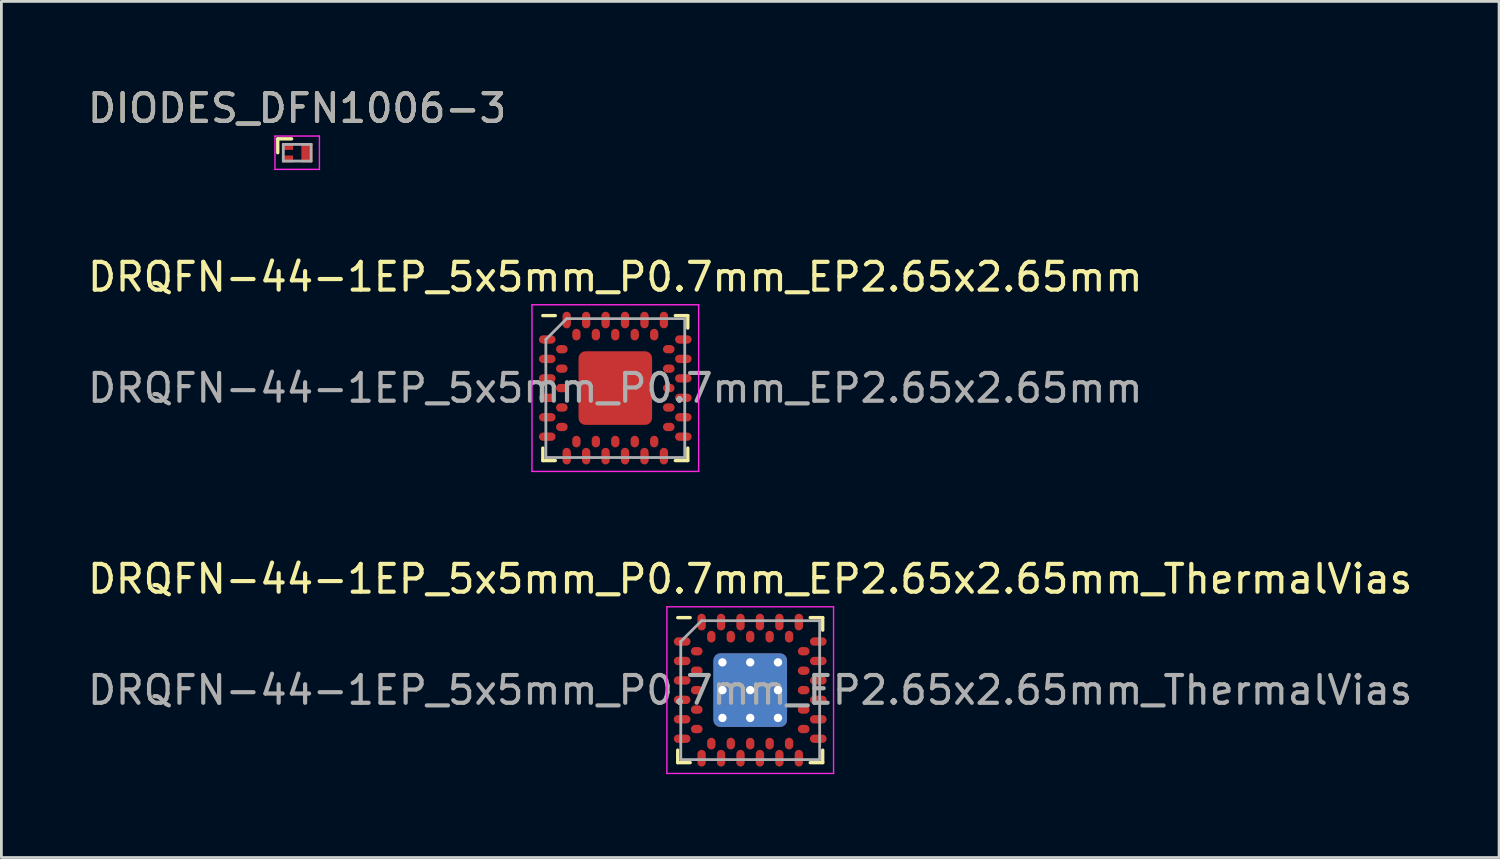
<source format=kicad_pcb>
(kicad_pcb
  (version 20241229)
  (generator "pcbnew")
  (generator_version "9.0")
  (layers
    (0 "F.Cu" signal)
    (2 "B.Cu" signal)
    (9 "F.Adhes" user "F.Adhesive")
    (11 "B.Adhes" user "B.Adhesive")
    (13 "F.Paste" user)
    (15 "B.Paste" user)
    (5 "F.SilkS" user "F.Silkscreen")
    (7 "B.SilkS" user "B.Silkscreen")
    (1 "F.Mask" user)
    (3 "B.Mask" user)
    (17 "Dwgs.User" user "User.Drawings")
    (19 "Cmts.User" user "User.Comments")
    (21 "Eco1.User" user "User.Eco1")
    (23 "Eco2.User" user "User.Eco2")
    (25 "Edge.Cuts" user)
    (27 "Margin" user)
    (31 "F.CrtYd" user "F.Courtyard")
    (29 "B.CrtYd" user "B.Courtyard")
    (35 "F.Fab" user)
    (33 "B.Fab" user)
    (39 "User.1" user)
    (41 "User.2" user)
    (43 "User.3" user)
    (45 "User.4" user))
  (footprint "DRQFN-44-1EP_5x5mm_P0.7mm_EP2.65x2.65mm_ThermalVias"
    (layer "F.Cu")
    (at 23.958 21.795)
    (property "Reference" "DRQFN-44-1EP_5x5mm_P0.7mm_EP2.65x2.65mm_ThermalVias" (at 0 -4 0) (layer "F.SilkS") (effects (font (size 1 1) (thickness 0.15))))
    (attr smd)
    (fp_line (start -2.61 2.61) (end -2.61 2.16) (stroke (width 0.12) (type solid)) (layer "F.SilkS"))
    (fp_line (start -2.16 -2.61) (end -2.61 -2.61) (stroke (width 0.12) (type solid)) (layer "F.SilkS"))
    (fp_line (start -2.16 2.61) (end -2.61 2.61) (stroke (width 0.12) (type solid)) (layer "F.SilkS"))
    (fp_line (start 2.16 -2.61) (end 2.61 -2.61) (stroke (width 0.12) (type solid)) (layer "F.SilkS"))
    (fp_line (start 2.61 -2.61) (end 2.61 -2.16) (stroke (width 0.12) (type solid)) (layer "F.SilkS"))
    (fp_line (start 2.61 2.16) (end 2.61 2.61) (stroke (width 0.12) (type solid)) (layer "F.SilkS"))
    (fp_line (start 2.61 2.61) (end 2.16 2.61) (stroke (width 0.12) (type solid)) (layer "F.SilkS"))
    (fp_line (start -3 -3) (end 3 -3) (stroke (width 0.05) (type solid)) (layer "F.CrtYd"))
    (fp_line (start -3 3) (end -3 -3) (stroke (width 0.05) (type solid)) (layer "F.CrtYd"))
    (fp_line (start 3 -3) (end 3 3) (stroke (width 0.05) (type solid)) (layer "F.CrtYd"))
    (fp_line (start 3 3) (end -3 3) (stroke (width 0.05) (type solid)) (layer "F.CrtYd"))
    (fp_line (start -2.5 -1.75) (end -1.75 -2.5) (stroke (width 0.1) (type solid)) (layer "F.Fab"))
    (fp_line (start -2.5 2.5) (end -2.5 -1.75) (stroke (width 0.1) (type solid)) (layer "F.Fab"))
    (fp_line (start -1.75 -2.5) (end 2.5 -2.5) (stroke (width 0.1) (type solid)) (layer "F.Fab"))
    (fp_line (start 2.5 -2.5) (end 2.5 2.5) (stroke (width 0.1) (type solid)) (layer "F.Fab"))
    (fp_line (start 2.5 2.5) (end -2.5 2.5) (stroke (width 0.1) (type solid)) (layer "F.Fab"))
    (fp_text user "${REFERENCE}" (at 0 0 0) (layer "F.Fab") (effects (font (size 1 1) (thickness 0.15))))
    (pad "" smd roundrect (at -0.5 -0.5) (size 0.85 0.85) (layers "F.Paste") (roundrect_rratio 0.25))
    (pad "" smd roundrect (at -0.5 0.5) (size 0.85 0.85) (layers "F.Paste") (roundrect_rratio 0.25))
    (pad "" smd roundrect (at 0.5 -0.5) (size 0.85 0.85) (layers "F.Paste") (roundrect_rratio 0.25))
    (pad "" smd roundrect (at 0.5 0.5) (size 0.85 0.85) (layers "F.Paste") (roundrect_rratio 0.25))
    (pad "A1" smd oval (at -2.45 -1.75) (size 0.6 0.3) (layers "F.Cu" "F.Mask" "F.Paste"))
    (pad "A2" smd oval (at -2.45 -1.05) (size 0.6 0.3) (layers "F.Cu" "F.Mask" "F.Paste"))
    (pad "A3" smd oval (at -2.45 -0.35) (size 0.6 0.3) (layers "F.Cu" "F.Mask" "F.Paste"))
    (pad "A4" smd oval (at -2.45 0.35) (size 0.6 0.3) (layers "F.Cu" "F.Mask" "F.Paste"))
    (pad "A5" smd oval (at -2.45 1.05) (size 0.6 0.3) (layers "F.Cu" "F.Mask" "F.Paste"))
    (pad "A6" smd oval (at -2.45 1.75) (size 0.6 0.3) (layers "F.Cu" "F.Mask" "F.Paste"))
    (pad "A7" smd oval (at -1.75 2.45) (size 0.3 0.6) (layers "F.Cu" "F.Mask" "F.Paste"))
    (pad "A8" smd oval (at -1.05 2.45) (size 0.3 0.6) (layers "F.Cu" "F.Mask" "F.Paste"))
    (pad "A9" smd oval (at -0.35 2.45) (size 0.3 0.6) (layers "F.Cu" "F.Mask" "F.Paste"))
    (pad "A10" smd oval (at 0.35 2.45) (size 0.3 0.6) (layers "F.Cu" "F.Mask" "F.Paste"))
    (pad "A11" smd oval (at 1.05 2.45) (size 0.3 0.6) (layers "F.Cu" "F.Mask" "F.Paste"))
    (pad "A12" smd oval (at 1.75 2.45) (size 0.3 0.6) (layers "F.Cu" "F.Mask" "F.Paste"))
    (pad "A13" smd oval (at 2.45 1.75) (size 0.6 0.3) (layers "F.Cu" "F.Mask" "F.Paste"))
    (pad "A14" smd oval (at 2.45 1.05) (size 0.6 0.3) (layers "F.Cu" "F.Mask" "F.Paste"))
    (pad "A15" smd oval (at 2.45 0.35) (size 0.6 0.3) (layers "F.Cu" "F.Mask" "F.Paste"))
    (pad "A16" smd oval (at 2.45 -0.35) (size 0.6 0.3) (layers "F.Cu" "F.Mask" "F.Paste"))
    (pad "A17" smd oval (at 2.45 -1.05) (size 0.6 0.3) (layers "F.Cu" "F.Mask" "F.Paste"))
    (pad "A18" smd oval (at 2.45 -1.75) (size 0.6 0.3) (layers "F.Cu" "F.Mask" "F.Paste"))
    (pad "A19" smd oval (at 1.75 -2.45) (size 0.3 0.6) (layers "F.Cu" "F.Mask" "F.Paste"))
    (pad "A20" smd oval (at 1.05 -2.45) (size 0.3 0.6) (layers "F.Cu" "F.Mask" "F.Paste"))
    (pad "A21" smd oval (at 0.35 -2.45) (size 0.3 0.6) (layers "F.Cu" "F.Mask" "F.Paste"))
    (pad "A22" smd oval (at -0.35 -2.45) (size 0.3 0.6) (layers "F.Cu" "F.Mask" "F.Paste"))
    (pad "A23" smd oval (at -1.05 -2.45) (size 0.3 0.6) (layers "F.Cu" "F.Mask" "F.Paste"))
    (pad "A24" smd oval (at -1.75 -2.45) (size 0.3 0.6) (layers "F.Cu" "F.Mask" "F.Paste"))
    (pad "B1" smd oval (at -1.925 -1.4) (size 0.42 0.3) (layers "F.Cu" "F.Mask" "F.Paste"))
    (pad "B2" smd oval (at -1.925 -0.7) (size 0.42 0.3) (layers "F.Cu" "F.Mask" "F.Paste"))
    (pad "B3" smd oval (at -1.925 0) (size 0.42 0.3) (layers "F.Cu" "F.Mask" "F.Paste"))
    (pad "B4" smd oval (at -1.925 0.7) (size 0.42 0.3) (layers "F.Cu" "F.Mask" "F.Paste"))
    (pad "B5" smd oval (at -1.925 1.4) (size 0.42 0.3) (layers "F.Cu" "F.Mask" "F.Paste"))
    (pad "B6" smd oval (at -1.4 1.925) (size 0.3 0.42) (layers "F.Cu" "F.Mask" "F.Paste"))
    (pad "B7" smd oval (at -0.7 1.925) (size 0.3 0.42) (layers "F.Cu" "F.Mask" "F.Paste"))
    (pad "B8" smd oval (at 0 1.925) (size 0.3 0.42) (layers "F.Cu" "F.Mask" "F.Paste"))
    (pad "B9" smd oval (at 0.7 1.925) (size 0.3 0.42) (layers "F.Cu" "F.Mask" "F.Paste"))
    (pad "B10" smd oval (at 1.4 1.925) (size 0.3 0.42) (layers "F.Cu" "F.Mask" "F.Paste"))
    (pad "B11" smd oval (at 1.925 1.4) (size 0.42 0.3) (layers "F.Cu" "F.Mask" "F.Paste"))
    (pad "B12" smd oval (at 1.925 0.7) (size 0.42 0.3) (layers "F.Cu" "F.Mask" "F.Paste"))
    (pad "B13" smd oval (at 1.925 0) (size 0.42 0.3) (layers "F.Cu" "F.Mask" "F.Paste"))
    (pad "B14" smd oval (at 1.925 -0.7) (size 0.42 0.3) (layers "F.Cu" "F.Mask" "F.Paste"))
    (pad "B15" smd oval (at 1.925 -1.4) (size 0.42 0.3) (layers "F.Cu" "F.Mask" "F.Paste"))
    (pad "B16" smd oval (at 1.4 -1.925) (size 0.3 0.42) (layers "F.Cu" "F.Mask" "F.Paste"))
    (pad "B17" smd oval (at 0.7 -1.925) (size 0.3 0.42) (layers "F.Cu" "F.Mask" "F.Paste"))
    (pad "B18" smd oval (at 0 -1.925) (size 0.3 0.42) (layers "F.Cu" "F.Mask" "F.Paste"))
    (pad "B19" smd oval (at -0.7 -1.925) (size 0.3 0.42) (layers "F.Cu" "F.Mask" "F.Paste"))
    (pad "B20" smd oval (at -1.4 -1.925) (size 0.3 0.42) (layers "F.Cu" "F.Mask" "F.Paste"))
    (pad "EP" thru_hole circle (at -1 -1) (size 0.6 0.6) (drill 0.3) (layers "*.Cu"))
    (pad "EP" thru_hole circle (at -1 0) (size 0.6 0.6) (drill 0.3) (layers "*.Cu"))
    (pad "EP" thru_hole circle (at -1 1) (size 0.6 0.6) (drill 0.3) (layers "*.Cu"))
    (pad "EP" thru_hole circle (at 0 -1) (size 0.6 0.6) (drill 0.3) (layers "*.Cu"))
    (pad "EP" thru_hole circle (at 0 0) (size 0.6 0.6) (drill 0.3) (layers "*.Cu"))
    (pad "EP" smd roundrect (at 0 0) (size 2.65 2.65) (layers "F.Cu" "F.Mask") (roundrect_rratio 0.094))
    (pad "EP" smd roundrect (at 0 0) (size 2.65 2.65) (layers "B.Cu") (roundrect_rratio 0.094))
    (pad "EP" thru_hole circle (at 0 1) (size 0.6 0.6) (drill 0.3) (layers "*.Cu"))
    (pad "EP" thru_hole circle (at 1 -1) (size 0.6 0.6) (drill 0.3) (layers "*.Cu"))
    (pad "EP" thru_hole circle (at 1 0) (size 0.6 0.6) (drill 0.3) (layers "*.Cu"))
    (pad "EP" thru_hole circle (at 1 1) (size 0.6 0.6) (drill 0.3) (layers "*.Cu")))
  (footprint "DRQFN-44-1EP_5x5mm_P0.7mm_EP2.65x2.65mm"
    (layer "F.Cu")
    (at 19.101 10.921)
    (property "Reference" "DRQFN-44-1EP_5x5mm_P0.7mm_EP2.65x2.65mm" (at 0 -4 0) (layer "F.SilkS") (effects (font (size 1 1) (thickness 0.15))))
    (attr smd)
    (fp_line (start -2.61 2.61) (end -2.61 2.16) (stroke (width 0.12) (type solid)) (layer "F.SilkS"))
    (fp_line (start -2.16 -2.61) (end -2.61 -2.61) (stroke (width 0.12) (type solid)) (layer "F.SilkS"))
    (fp_line (start -2.16 2.61) (end -2.61 2.61) (stroke (width 0.12) (type solid)) (layer "F.SilkS"))
    (fp_line (start 2.16 -2.61) (end 2.61 -2.61) (stroke (width 0.12) (type solid)) (layer "F.SilkS"))
    (fp_line (start 2.61 -2.61) (end 2.61 -2.16) (stroke (width 0.12) (type solid)) (layer "F.SilkS"))
    (fp_line (start 2.61 2.16) (end 2.61 2.61) (stroke (width 0.12) (type solid)) (layer "F.SilkS"))
    (fp_line (start 2.61 2.61) (end 2.16 2.61) (stroke (width 0.12) (type solid)) (layer "F.SilkS"))
    (fp_line (start -3 -3) (end 3 -3) (stroke (width 0.05) (type solid)) (layer "F.CrtYd"))
    (fp_line (start -3 3) (end -3 -3) (stroke (width 0.05) (type solid)) (layer "F.CrtYd"))
    (fp_line (start 3 -3) (end 3 3) (stroke (width 0.05) (type solid)) (layer "F.CrtYd"))
    (fp_line (start 3 3) (end -3 3) (stroke (width 0.05) (type solid)) (layer "F.CrtYd"))
    (fp_line (start -2.5 -1.75) (end -1.75 -2.5) (stroke (width 0.1) (type solid)) (layer "F.Fab"))
    (fp_line (start -2.5 2.5) (end -2.5 -1.75) (stroke (width 0.1) (type solid)) (layer "F.Fab"))
    (fp_line (start -1.75 -2.5) (end 2.5 -2.5) (stroke (width 0.1) (type solid)) (layer "F.Fab"))
    (fp_line (start 2.5 -2.5) (end 2.5 2.5) (stroke (width 0.1) (type solid)) (layer "F.Fab"))
    (fp_line (start 2.5 2.5) (end -2.5 2.5) (stroke (width 0.1) (type solid)) (layer "F.Fab"))
    (fp_text user "${REFERENCE}" (at 0 0 0) (layer "F.Fab") (effects (font (size 1 1) (thickness 0.15))))
    (pad "" smd roundrect (at -0.65 -0.65) (size 1.1 1.1) (layers "F.Paste") (roundrect_rratio 0.1))
    (pad "" smd roundrect (at -0.65 0.65) (size 1.1 1.1) (layers "F.Paste") (roundrect_rratio 0.1))
    (pad "" smd roundrect (at 0.65 -0.65) (size 1.1 1.1) (layers "F.Paste") (roundrect_rratio 0.1))
    (pad "" smd roundrect (at 0.65 0.65) (size 1.1 1.1) (layers "F.Paste") (roundrect_rratio 0.1))
    (pad "A1" smd roundrect (at -2.45 -1.75) (size 0.6 0.3) (layers "F.Cu" "F.Mask" "F.Paste") (roundrect_rratio 0.5))
    (pad "A2" smd roundrect (at -2.45 -1.05) (size 0.6 0.3) (layers "F.Cu" "F.Mask" "F.Paste") (roundrect_rratio 0.5))
    (pad "A3" smd roundrect (at -2.45 -0.35) (size 0.6 0.3) (layers "F.Cu" "F.Mask" "F.Paste") (roundrect_rratio 0.5))
    (pad "A4" smd roundrect (at -2.45 0.35) (size 0.6 0.3) (layers "F.Cu" "F.Mask" "F.Paste") (roundrect_rratio 0.5))
    (pad "A5" smd roundrect (at -2.45 1.05) (size 0.6 0.3) (layers "F.Cu" "F.Mask" "F.Paste") (roundrect_rratio 0.5))
    (pad "A6" smd roundrect (at -2.45 1.75) (size 0.6 0.3) (layers "F.Cu" "F.Mask" "F.Paste") (roundrect_rratio 0.5))
    (pad "A7" smd roundrect (at -1.75 2.45) (size 0.3 0.6) (layers "F.Cu" "F.Mask" "F.Paste") (roundrect_rratio 0.5))
    (pad "A8" smd roundrect (at -1.05 2.45) (size 0.3 0.6) (layers "F.Cu" "F.Mask" "F.Paste") (roundrect_rratio 0.5))
    (pad "A9" smd roundrect (at -0.35 2.45) (size 0.3 0.6) (layers "F.Cu" "F.Mask" "F.Paste") (roundrect_rratio 0.5))
    (pad "A10" smd roundrect (at 0.35 2.45) (size 0.3 0.6) (layers "F.Cu" "F.Mask" "F.Paste") (roundrect_rratio 0.5))
    (pad "A11" smd roundrect (at 1.05 2.45) (size 0.3 0.6) (layers "F.Cu" "F.Mask" "F.Paste") (roundrect_rratio 0.5))
    (pad "A12" smd roundrect (at 1.75 2.45) (size 0.3 0.6) (layers "F.Cu" "F.Mask" "F.Paste") (roundrect_rratio 0.5))
    (pad "A13" smd roundrect (at 2.45 1.75) (size 0.6 0.3) (layers "F.Cu" "F.Mask" "F.Paste") (roundrect_rratio 0.5))
    (pad "A14" smd roundrect (at 2.45 1.05) (size 0.6 0.3) (layers "F.Cu" "F.Mask" "F.Paste") (roundrect_rratio 0.5))
    (pad "A15" smd roundrect (at 2.45 0.35) (size 0.6 0.3) (layers "F.Cu" "F.Mask" "F.Paste") (roundrect_rratio 0.5))
    (pad "A16" smd roundrect (at 2.45 -0.35) (size 0.6 0.3) (layers "F.Cu" "F.Mask" "F.Paste") (roundrect_rratio 0.5))
    (pad "A17" smd roundrect (at 2.45 -1.05) (size 0.6 0.3) (layers "F.Cu" "F.Mask" "F.Paste") (roundrect_rratio 0.5))
    (pad "A18" smd roundrect (at 2.45 -1.75) (size 0.6 0.3) (layers "F.Cu" "F.Mask" "F.Paste") (roundrect_rratio 0.5))
    (pad "A19" smd roundrect (at 1.75 -2.45) (size 0.3 0.6) (layers "F.Cu" "F.Mask" "F.Paste") (roundrect_rratio 0.5))
    (pad "A20" smd roundrect (at 1.05 -2.45) (size 0.3 0.6) (layers "F.Cu" "F.Mask" "F.Paste") (roundrect_rratio 0.5))
    (pad "A21" smd roundrect (at 0.35 -2.45) (size 0.3 0.6) (layers "F.Cu" "F.Mask" "F.Paste") (roundrect_rratio 0.5))
    (pad "A22" smd roundrect (at -0.35 -2.45) (size 0.3 0.6) (layers "F.Cu" "F.Mask" "F.Paste") (roundrect_rratio 0.5))
    (pad "A23" smd roundrect (at -1.05 -2.45) (size 0.3 0.6) (layers "F.Cu" "F.Mask" "F.Paste") (roundrect_rratio 0.5))
    (pad "A24" smd roundrect (at -1.75 -2.45) (size 0.3 0.6) (layers "F.Cu" "F.Mask" "F.Paste") (roundrect_rratio 0.5))
    (pad "B1" smd roundrect (at -1.925 -1.4) (size 0.42 0.3) (layers "F.Cu" "F.Mask" "F.Paste") (roundrect_rratio 0.5))
    (pad "B2" smd roundrect (at -1.925 -0.7) (size 0.42 0.3) (layers "F.Cu" "F.Mask" "F.Paste") (roundrect_rratio 0.5))
    (pad "B3" smd roundrect (at -1.925 0) (size 0.42 0.3) (layers "F.Cu" "F.Mask" "F.Paste") (roundrect_rratio 0.5))
    (pad "B4" smd roundrect (at -1.925 0.7) (size 0.42 0.3) (layers "F.Cu" "F.Mask" "F.Paste") (roundrect_rratio 0.5))
    (pad "B5" smd roundrect (at -1.925 1.4) (size 0.42 0.3) (layers "F.Cu" "F.Mask" "F.Paste") (roundrect_rratio 0.5))
    (pad "B6" smd roundrect (at -1.4 1.925) (size 0.3 0.42) (layers "F.Cu" "F.Mask" "F.Paste") (roundrect_rratio 0.5))
    (pad "B7" smd roundrect (at -0.7 1.925) (size 0.3 0.42) (layers "F.Cu" "F.Mask" "F.Paste") (roundrect_rratio 0.5))
    (pad "B8" smd roundrect (at 0 1.925) (size 0.3 0.42) (layers "F.Cu" "F.Mask" "F.Paste") (roundrect_rratio 0.5))
    (pad "B9" smd roundrect (at 0.7 1.925) (size 0.3 0.42) (layers "F.Cu" "F.Mask" "F.Paste") (roundrect_rratio 0.5))
    (pad "B10" smd roundrect (at 1.4 1.925) (size 0.3 0.42) (layers "F.Cu" "F.Mask" "F.Paste") (roundrect_rratio 0.5))
    (pad "B11" smd roundrect (at 1.925 1.4) (size 0.42 0.3) (layers "F.Cu" "F.Mask" "F.Paste") (roundrect_rratio 0.5))
    (pad "B12" smd roundrect (at 1.925 0.7) (size 0.42 0.3) (layers "F.Cu" "F.Mask" "F.Paste") (roundrect_rratio 0.5))
    (pad "B13" smd roundrect (at 1.925 0) (size 0.42 0.3) (layers "F.Cu" "F.Mask" "F.Paste") (roundrect_rratio 0.5))
    (pad "B14" smd roundrect (at 1.925 -0.7) (size 0.42 0.3) (layers "F.Cu" "F.Mask" "F.Paste") (roundrect_rratio 0.5))
    (pad "B15" smd roundrect (at 1.925 -1.4) (size 0.42 0.3) (layers "F.Cu" "F.Mask" "F.Paste") (roundrect_rratio 0.5))
    (pad "B16" smd roundrect (at 1.4 -1.925) (size 0.3 0.42) (layers "F.Cu" "F.Mask" "F.Paste") (roundrect_rratio 0.5))
    (pad "B17" smd roundrect (at 0.7 -1.925) (size 0.3 0.42) (layers "F.Cu" "F.Mask" "F.Paste") (roundrect_rratio 0.5))
    (pad "B18" smd roundrect (at 0 -1.925) (size 0.3 0.42) (layers "F.Cu" "F.Mask" "F.Paste") (roundrect_rratio 0.5))
    (pad "B19" smd roundrect (at -0.7 -1.925) (size 0.3 0.42) (layers "F.Cu" "F.Mask" "F.Paste") (roundrect_rratio 0.5))
    (pad "B20" smd roundrect (at -1.4 -1.925) (size 0.3 0.42) (layers "F.Cu" "F.Mask" "F.Paste") (roundrect_rratio 0.5))
    (pad "EP" smd roundrect (at 0 0) (size 2.65 2.65) (layers "F.Cu" "F.Mask") (roundrect_rratio 0.094)))
  (footprint "DIODES_DFN1006-3"
    (layer "F.Cu")
    (at 7.649 2.448)
    (property "Reference" "DIODES_DFN1006-3" (at 0 -1.6 0) (layer "F.SilkS") (effects (font (size 1 1) (thickness 0.15))))
    (attr smd)
    (fp_line (start -0.7 -0.5) (end -0.7 0) (stroke (width 0.12) (type solid)) (layer "F.SilkS"))
    (fp_line (start -0.2 -0.5) (end -0.7 -0.5) (stroke (width 0.12) (type solid)) (layer "F.SilkS"))
    (fp_line (start -0.8 -0.6) (end 0.8 -0.6) (stroke (width 0.05) (type solid)) (layer "F.CrtYd"))
    (fp_line (start -0.8 0.6) (end -0.8 -0.6) (stroke (width 0.05) (type solid)) (layer "F.CrtYd"))
    (fp_line (start 0.8 -0.6) (end 0.8 0.6) (stroke (width 0.05) (type solid)) (layer "F.CrtYd"))
    (fp_line (start 0.8 0.6) (end -0.8 0.6) (stroke (width 0.05) (type solid)) (layer "F.CrtYd"))
    (fp_line (start -0.5 -0.3) (end 0.5 -0.3) (stroke (width 0.1) (type solid)) (layer "F.Fab"))
    (fp_line (start -0.5 0.3) (end -0.5 -0.3) (stroke (width 0.1) (type solid)) (layer "F.Fab"))
    (fp_line (start 0.5 -0.3) (end 0.5 0.3) (stroke (width 0.1) (type solid)) (layer "F.Fab"))
    (fp_line (start 0.5 0.3) (end -0.5 0.3) (stroke (width 0.1) (type solid)) (layer "F.Fab"))
    (fp_text user "${REFERENCE}" (at 0 -1.6 0) (layer "F.Fab") (effects (font (size 1 1) (thickness 0.15))))
    (pad "1" smd rect (at -0.35 -0.225 270) (size 0.25 0.4) (layers "F.Cu" "F.Mask" "F.Paste"))
    (pad "2" smd rect (at -0.35 0.225 270) (size 0.25 0.4) (layers "F.Cu" "F.Mask" "F.Paste"))
    (pad "3" smd rect (at 0.35 0 270) (size 0.7 0.4) (layers "F.Cu" "F.Mask" "F.Paste")))
  (gr_rect
    (start -3 -3)
    (end 50.917 27.82)
    (stroke (width 0.1) (type default))
    (fill no)
    (layer "Edge.Cuts")))
</source>
